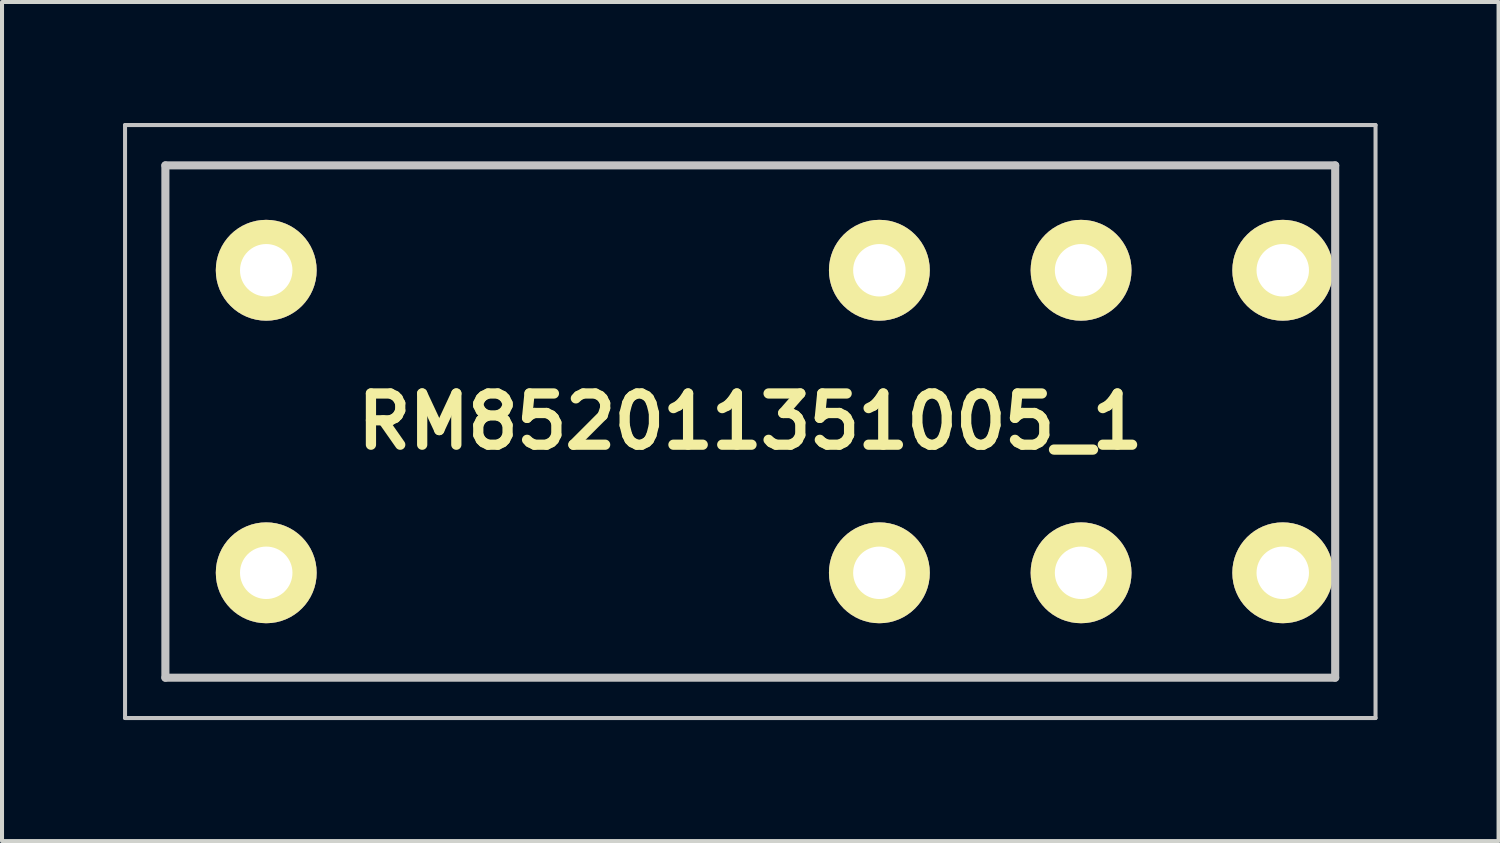
<source format=kicad_pcb>
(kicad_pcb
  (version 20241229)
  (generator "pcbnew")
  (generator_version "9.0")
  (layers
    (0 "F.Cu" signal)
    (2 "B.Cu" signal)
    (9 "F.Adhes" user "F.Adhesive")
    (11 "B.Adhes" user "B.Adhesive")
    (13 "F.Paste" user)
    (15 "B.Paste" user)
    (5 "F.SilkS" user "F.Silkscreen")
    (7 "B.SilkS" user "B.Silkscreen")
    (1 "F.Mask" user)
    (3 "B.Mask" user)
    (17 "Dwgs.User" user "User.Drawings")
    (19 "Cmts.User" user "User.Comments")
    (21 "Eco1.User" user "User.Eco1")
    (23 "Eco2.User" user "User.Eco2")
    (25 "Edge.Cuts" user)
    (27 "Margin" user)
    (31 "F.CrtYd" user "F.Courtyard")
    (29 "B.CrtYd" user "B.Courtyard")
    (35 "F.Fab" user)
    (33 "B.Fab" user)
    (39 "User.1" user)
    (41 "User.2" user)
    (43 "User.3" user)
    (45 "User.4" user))
  (footprint "RM852011351005_1"
    (layer "F.Cu")
    (at 23.75 11.15)
    (property "Reference" "RM852011351005_1" (at -8.2 -3.75 0) (layer "F.SilkS") (effects (font (size 1.27 1.27) (thickness 0.254))))
    (attr through_hole)
    (fp_line (start -22.7 -10.1) (end 6.3 -10.1) (stroke (width 0.1) (type solid)) (layer "F.SilkS"))
    (fp_line (start -22.7 2.6) (end -22.7 -10.1) (stroke (width 0.1) (type solid)) (layer "F.SilkS"))
    (fp_line (start 6.3 -10.1) (end 6.3 2.6) (stroke (width 0.1) (type solid)) (layer "F.SilkS"))
    (fp_line (start 6.3 2.6) (end -22.7 2.6) (stroke (width 0.1) (type solid)) (layer "F.SilkS"))
    (fp_line (start -23.7 -11.1) (end -23.7 3.6) (stroke (width 0.1) (type solid)) (layer "Dwgs.User"))
    (fp_line (start -23.7 3.6) (end 7.3 3.6) (stroke (width 0.1) (type solid)) (layer "Dwgs.User"))
    (fp_line (start -22.7 -10.1) (end 6.3 -10.1) (stroke (width 0.2) (type solid)) (layer "Dwgs.User"))
    (fp_line (start -22.7 2.6) (end -22.7 -10.1) (stroke (width 0.2) (type solid)) (layer "Dwgs.User"))
    (fp_line (start 6.3 -10.1) (end 6.3 2.6) (stroke (width 0.2) (type solid)) (layer "Dwgs.User"))
    (fp_line (start 6.3 2.6) (end -22.7 2.6) (stroke (width 0.2) (type solid)) (layer "Dwgs.User"))
    (fp_line (start 7.3 -11.1) (end -23.7 -11.1) (stroke (width 0.1) (type solid)) (layer "Dwgs.User"))
    (fp_line (start 7.3 3.6) (end 7.3 -11.1) (stroke (width 0.1) (type solid)) (layer "Dwgs.User"))
    (pad "11" thru_hole circle (at 0 0 90) (size 2.5 2.5) (drill 1.3) (layers "*.Cu" "*.Mask" "F.SilkS"))
    (pad "12" thru_hole circle (at -5 0 90) (size 2.5 2.5) (drill 1.3) (layers "*.Cu" "*.Mask" "F.SilkS"))
    (pad "14" thru_hole circle (at 5 0 90) (size 2.5 2.5) (drill 1.3) (layers "*.Cu" "*.Mask" "F.SilkS"))
    (pad "21" thru_hole circle (at 0 -7.5 90) (size 2.5 2.5) (drill 1.3) (layers "*.Cu" "*.Mask" "F.SilkS"))
    (pad "22" thru_hole circle (at -5 -7.5 90) (size 2.5 2.5) (drill 1.3) (layers "*.Cu" "*.Mask" "F.SilkS"))
    (pad "24" thru_hole circle (at 5 -7.5 90) (size 2.5 2.5) (drill 1.3) (layers "*.Cu" "*.Mask" "F.SilkS"))
    (pad "A1" thru_hole circle (at -20.2 0 90) (size 2.5 2.5) (drill 1.3) (layers "*.Cu" "*.Mask" "F.SilkS"))
    (pad "A2" thru_hole circle (at -20.2 -7.5 90) (size 2.5 2.5) (drill 1.3) (layers "*.Cu" "*.Mask" "F.SilkS")))
  (gr_rect
    (start -3 -3)
    (end 34.1 17.8)
    (stroke (width 0.1) (type default))
    (fill no)
    (layer "Edge.Cuts")))
</source>
